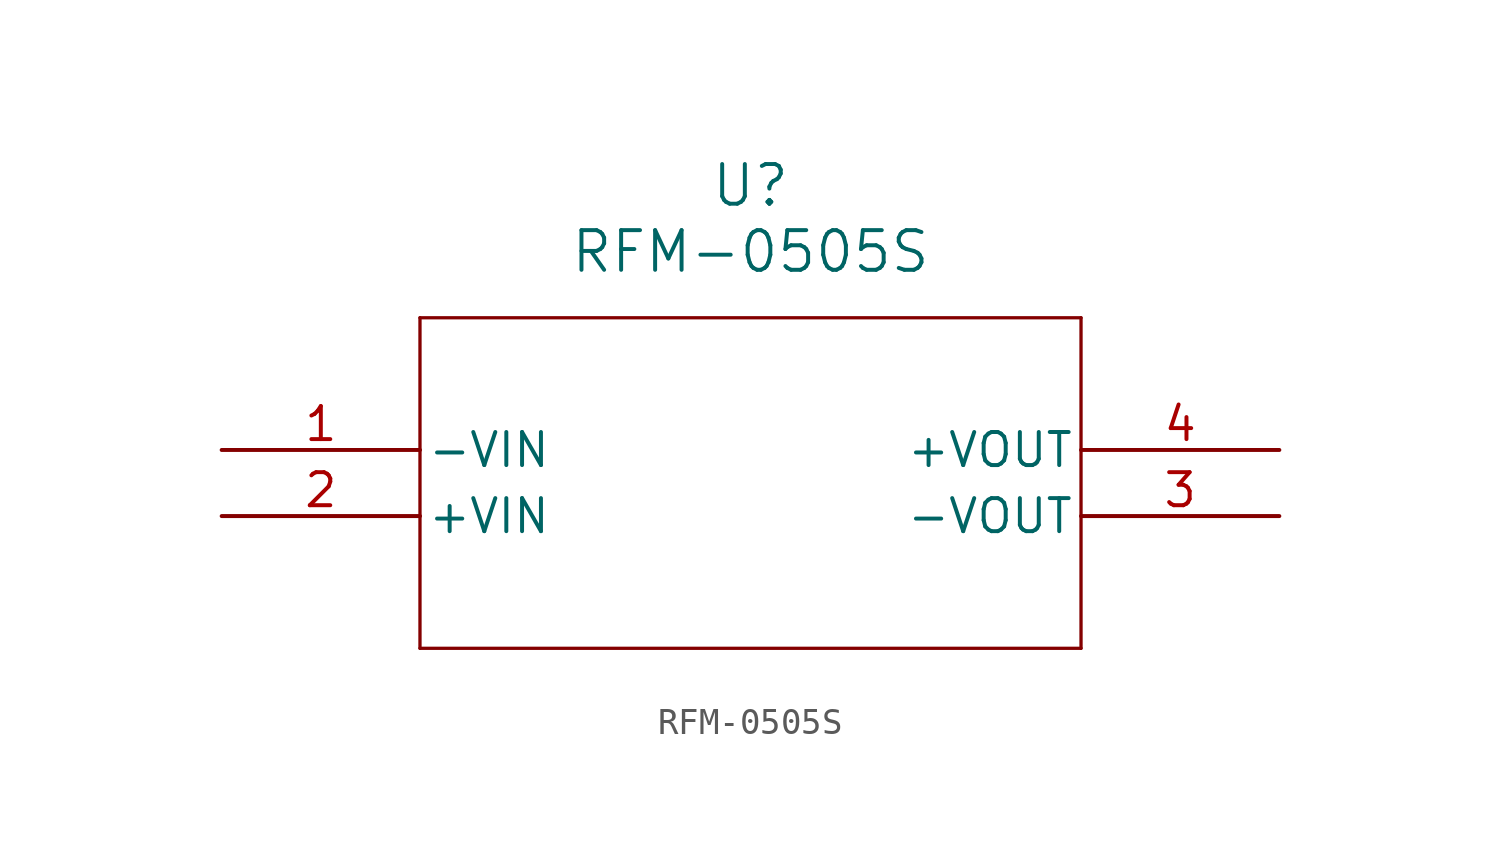
<source format=kicad_sym>
(kicad_symbol_lib
  (version 20211014)
  (generator kicad_symbol_editor)
  (symbol "RFM-0505S"
    (pin_names
      (offset 0.254))
    (property "Reference" "U"
      (at 20.32 10.16 0)
      (effects (font (size 1.524 1.524))))
    (property "Value" "RFM-0505S"
      (at 20.32 7.62 0)
      (effects (font (size 1.524 1.524))))
    (symbol "RFM-0505S_0_1"
      (polyline (pts (xy 7.62 5.08) (xy 7.62 -7.62)) (stroke (width 0.127) (type default) (color 0 0 0 0)) (fill (type none)))
      (polyline (pts (xy 7.62 -7.62) (xy 33.02 -7.62)) (stroke (width 0.127) (type default) (color 0 0 0 0)) (fill (type none)))
      (polyline (pts (xy 33.02 -7.62) (xy 33.02 5.08)) (stroke (width 0.127) (type default) (color 0 0 0 0)) (fill (type none)))
      (polyline (pts (xy 33.02 5.08) (xy 7.62 5.08)) (stroke (width 0.127) (type default) (color 0 0 0 0)) (fill (type none)))
      (pin power_in line (at 0 0 0) (length 7.62) (name "-VIN" (effects (font (size 1.27 1.27)))) (number "1" (effects (font (size 1.27 1.27)))))
      (pin power_in line (at 0 -2.54 0) (length 7.62) (name "+VIN" (effects (font (size 1.27 1.27)))) (number "2" (effects (font (size 1.27 1.27)))))
      (pin output line (at 40.64 -2.54 180) (length 7.62) (name "-VOUT" (effects (font (size 1.27 1.27)))) (number "3" (effects (font (size 1.27 1.27)))))
      (pin output line (at 40.64 0 180) (length 7.62) (name "+VOUT" (effects (font (size 1.27 1.27)))) (number "4" (effects (font (size 1.27 1.27))))))))
</source>
